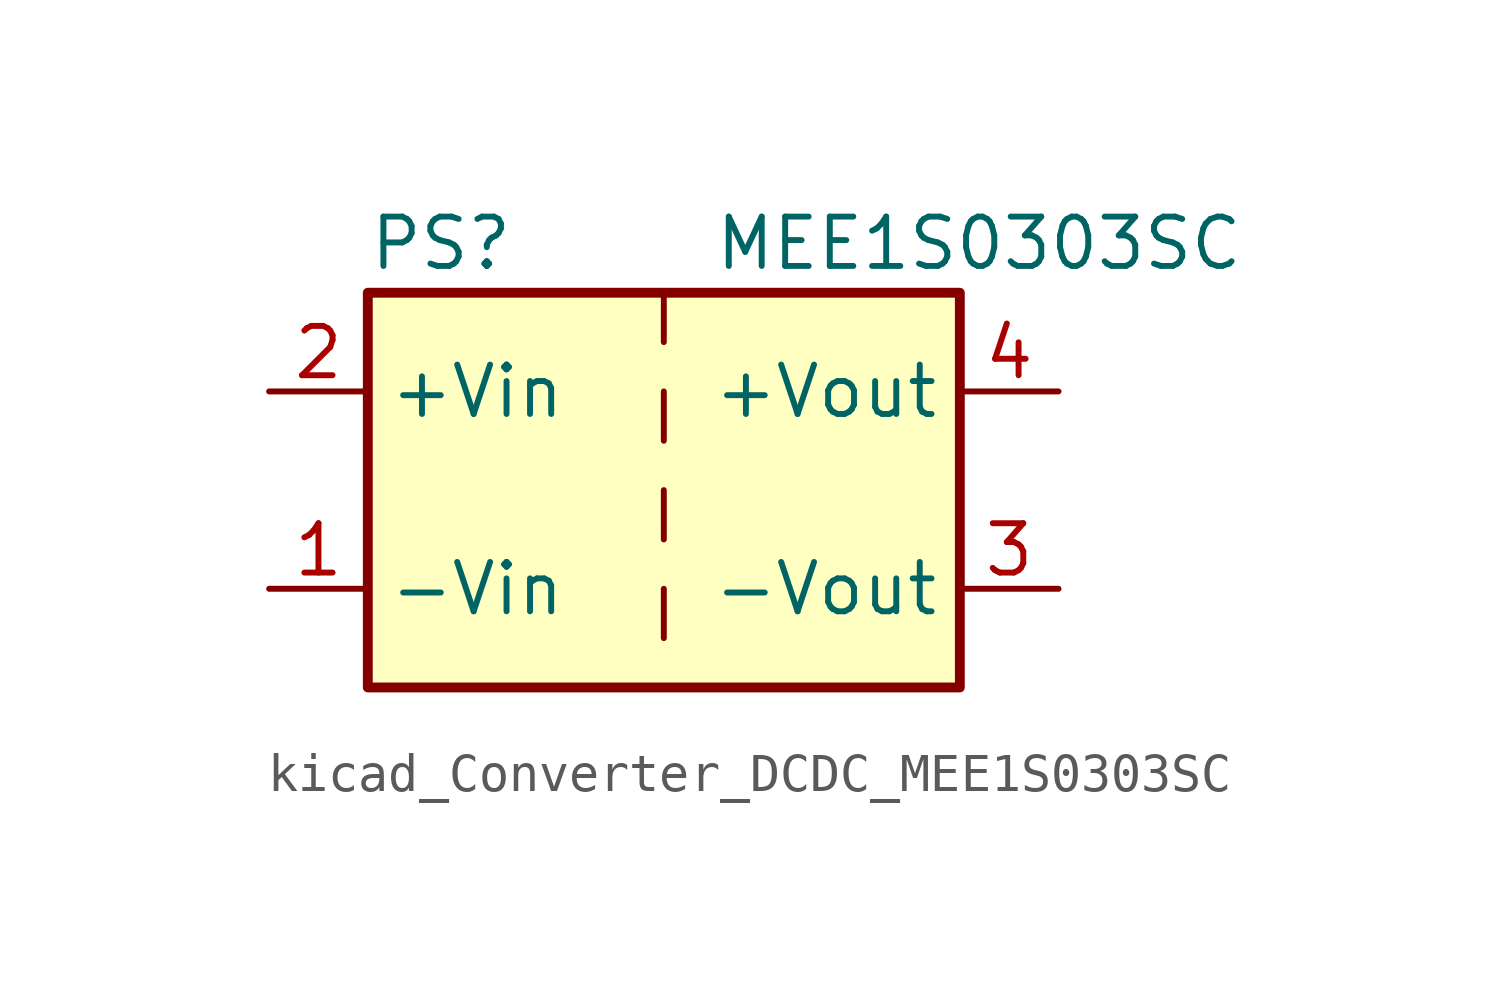
<source format=kicad_sym>
(kicad_symbol_lib
  (version 20220914)
  (generator kicad_symbol_editor)
  (symbol "kicad_Converter_DCDC_MEE1S0303SC"
    (property "Reference" "PS"
      (at -7.62 6.35 0)
      (effects (font (size 1.27 1.27)) (justify left)))
    (property "Value" "MEE1S0303SC"
      (at 1.27 6.35 0)
      (effects (font (size 1.27 1.27)) (justify left)))
    (symbol "kicad_Converter_DCDC_MEE1S0303SC_0_0"
      (pin power_in line (at -10.16 -2.54 0) (length 2.54) (name "-Vin" (effects (font (size 1.27 1.27)))) (number "1" (effects (font (size 1.27 1.27)))))
      (pin power_in line (at -10.16 2.54 0) (length 2.54) (name "+Vin" (effects (font (size 1.27 1.27)))) (number "2" (effects (font (size 1.27 1.27)))))
      (pin power_out line (at 10.16 -2.54 180) (length 2.54) (name "-Vout" (effects (font (size 1.27 1.27)))) (number "3" (effects (font (size 1.27 1.27)))))
      (pin power_out line (at 10.16 2.54 180) (length 2.54) (name "+Vout" (effects (font (size 1.27 1.27)))) (number "4" (effects (font (size 1.27 1.27))))))
    (symbol "kicad_Converter_DCDC_MEE1S0303SC_0_1"
      (rectangle (start -7.62 5.08) (end 7.62 -5.08) (stroke (width 0.254) (type default)) (fill (type background)))
      (polyline (pts (xy 0 -2.54) (xy 0 -3.81)) (stroke (width 0) (type default)) (fill (type none)))
      (polyline (pts (xy 0 0) (xy 0 -1.27)) (stroke (width 0) (type default)) (fill (type none)))
      (polyline (pts (xy 0 2.54) (xy 0 1.27)) (stroke (width 0) (type default)) (fill (type none)))
      (polyline (pts (xy 0 5.08) (xy 0 3.81)) (stroke (width 0) (type default)) (fill (type none))))))
</source>
